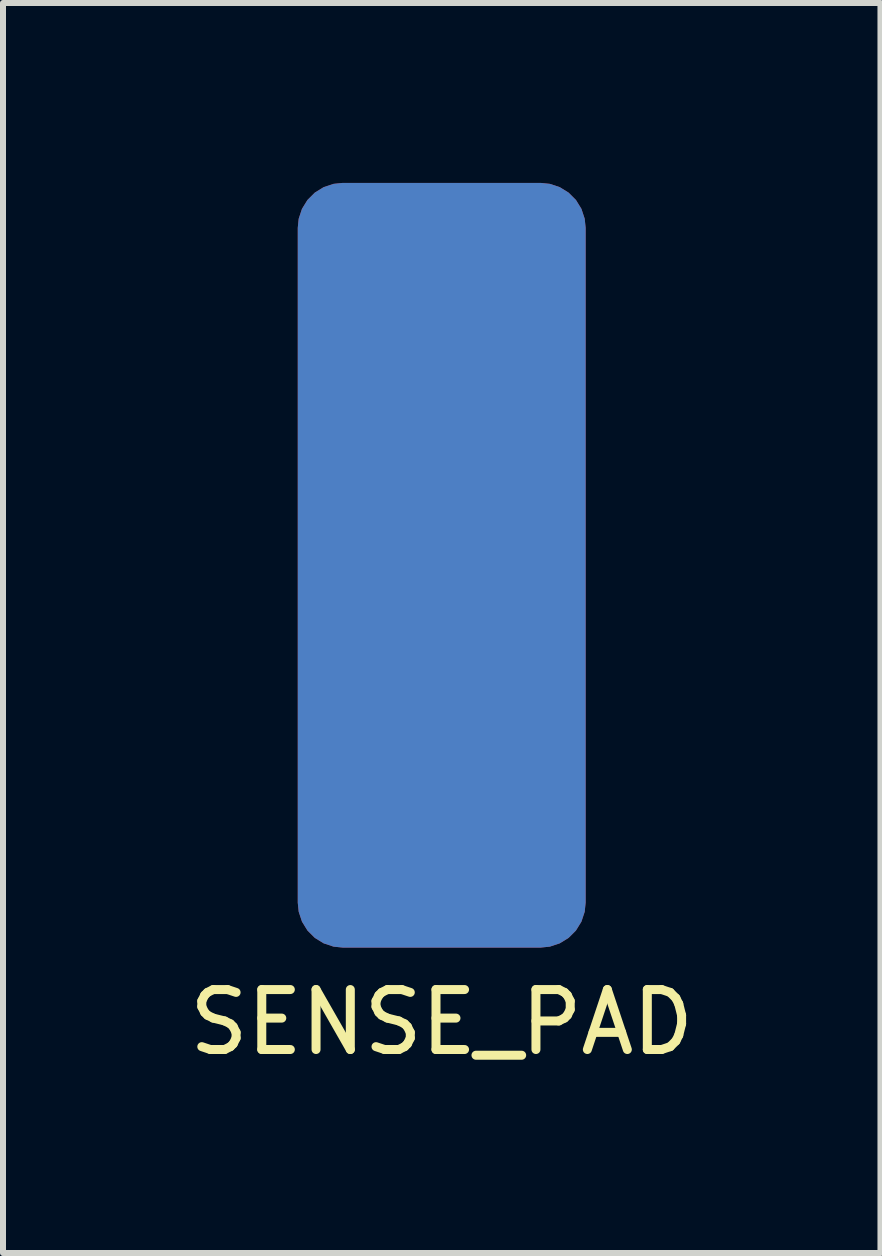
<source format=kicad_pcb>
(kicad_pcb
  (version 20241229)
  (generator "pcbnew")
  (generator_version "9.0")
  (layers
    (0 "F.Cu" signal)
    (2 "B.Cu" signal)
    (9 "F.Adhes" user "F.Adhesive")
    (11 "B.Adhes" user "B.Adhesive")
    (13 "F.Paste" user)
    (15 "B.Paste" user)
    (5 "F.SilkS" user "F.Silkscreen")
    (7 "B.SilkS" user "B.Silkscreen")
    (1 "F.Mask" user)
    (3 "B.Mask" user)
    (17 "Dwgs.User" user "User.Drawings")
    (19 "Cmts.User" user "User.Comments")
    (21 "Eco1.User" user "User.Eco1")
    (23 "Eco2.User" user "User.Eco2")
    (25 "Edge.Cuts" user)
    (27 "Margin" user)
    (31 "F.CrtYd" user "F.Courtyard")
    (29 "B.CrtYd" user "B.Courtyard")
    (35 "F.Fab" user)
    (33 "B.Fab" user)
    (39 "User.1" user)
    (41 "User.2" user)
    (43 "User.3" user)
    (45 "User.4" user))
  (footprint "SENSE_PAD"
    (layer "F.Cu")
    (at 4.315 6.375)
    (property "Reference" "SENSE_PAD" (at 0 7.62 0) (layer "F.SilkS") (effects (font (size 1 1) (thickness 0.15))))
    (attr through_hole)
    (pad "1" smd roundrect (at 0 0) (size 4.8 12.75) (layers "F.Cu") (roundrect_rratio 0.156))
    (pad "2" smd roundrect (at 0 0) (size 4.8 12.75) (layers "B.Cu") (roundrect_rratio 0.156)))
  (gr_rect
    (start -3 -3)
    (end 11.631 17.843)
    (stroke (width 0.1) (type default))
    (fill no)
    (layer "Edge.Cuts")))
</source>
